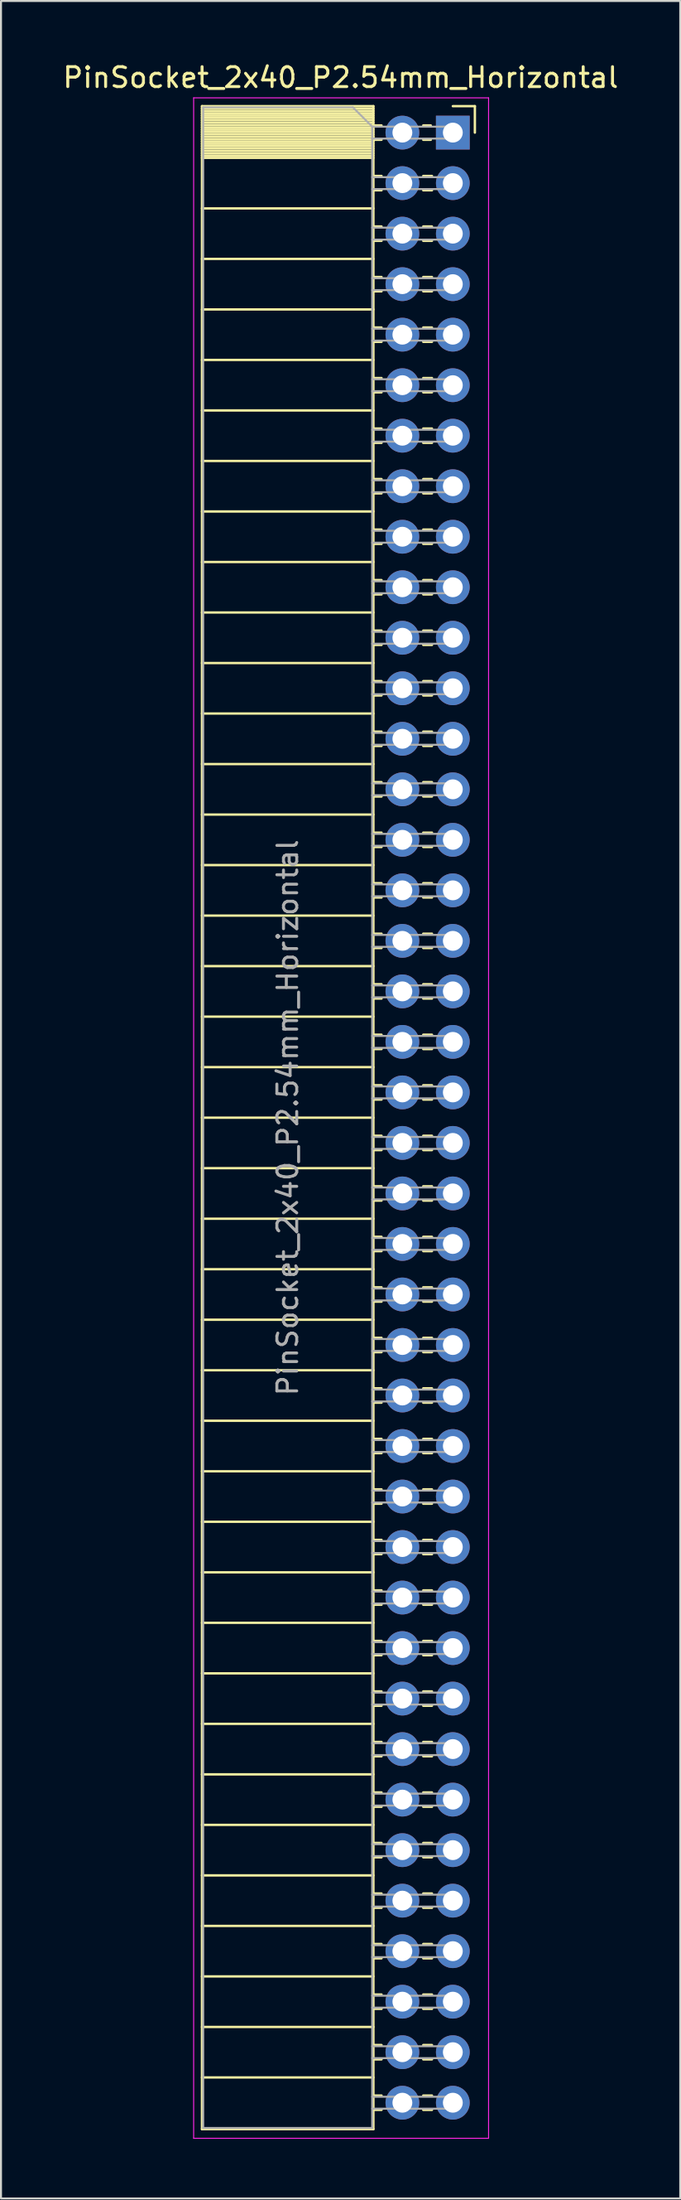
<source format=kicad_pcb>
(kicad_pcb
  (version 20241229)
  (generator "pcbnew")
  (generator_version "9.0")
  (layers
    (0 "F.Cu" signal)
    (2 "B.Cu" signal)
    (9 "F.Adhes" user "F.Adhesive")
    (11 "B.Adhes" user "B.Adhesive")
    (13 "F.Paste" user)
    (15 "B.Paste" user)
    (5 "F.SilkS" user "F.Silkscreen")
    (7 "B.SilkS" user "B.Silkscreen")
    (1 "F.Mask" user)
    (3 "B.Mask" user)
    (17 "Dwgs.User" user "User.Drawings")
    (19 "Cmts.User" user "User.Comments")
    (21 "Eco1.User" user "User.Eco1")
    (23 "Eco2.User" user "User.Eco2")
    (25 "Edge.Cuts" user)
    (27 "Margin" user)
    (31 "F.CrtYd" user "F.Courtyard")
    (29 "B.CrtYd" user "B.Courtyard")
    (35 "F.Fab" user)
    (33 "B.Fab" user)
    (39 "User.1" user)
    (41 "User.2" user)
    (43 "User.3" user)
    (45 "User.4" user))
  (footprint "PinSocket_2x40_P2.54mm_Horizontal"
    (layer "F.Cu")
    (at 19.751 3.618)
    (property "Reference" "PinSocket_2x40_P2.54mm_Horizontal" (at -5.65 -2.77 0) (layer "F.SilkS") (effects (font (size 1 1) (thickness 0.15))))
    (attr through_hole)
    (fp_line (start -12.63 -1.33) (end -12.63 100.39) (stroke (width 0.12) (type solid)) (layer "F.SilkS"))
    (fp_line (start -12.63 -1.33) (end -4 -1.33) (stroke (width 0.12) (type solid)) (layer "F.SilkS"))
    (fp_line (start -12.63 -1.21) (end -4 -1.21) (stroke (width 0.12) (type solid)) (layer "F.SilkS"))
    (fp_line (start -12.63 -1.092) (end -4 -1.092) (stroke (width 0.12) (type solid)) (layer "F.SilkS"))
    (fp_line (start -12.63 -0.974) (end -4 -0.974) (stroke (width 0.12) (type solid)) (layer "F.SilkS"))
    (fp_line (start -12.63 -0.856) (end -4 -0.856) (stroke (width 0.12) (type solid)) (layer "F.SilkS"))
    (fp_line (start -12.63 -0.738) (end -4 -0.738) (stroke (width 0.12) (type solid)) (layer "F.SilkS"))
    (fp_line (start -12.63 -0.62) (end -4 -0.62) (stroke (width 0.12) (type solid)) (layer "F.SilkS"))
    (fp_line (start -12.63 -0.501) (end -4 -0.501) (stroke (width 0.12) (type solid)) (layer "F.SilkS"))
    (fp_line (start -12.63 -0.383) (end -4 -0.383) (stroke (width 0.12) (type solid)) (layer "F.SilkS"))
    (fp_line (start -12.63 -0.265) (end -4 -0.265) (stroke (width 0.12) (type solid)) (layer "F.SilkS"))
    (fp_line (start -12.63 -0.147) (end -4 -0.147) (stroke (width 0.12) (type solid)) (layer "F.SilkS"))
    (fp_line (start -12.63 -0.029) (end -4 -0.029) (stroke (width 0.12) (type solid)) (layer "F.SilkS"))
    (fp_line (start -12.63 0.089) (end -4 0.089) (stroke (width 0.12) (type solid)) (layer "F.SilkS"))
    (fp_line (start -12.63 0.207) (end -4 0.207) (stroke (width 0.12) (type solid)) (layer "F.SilkS"))
    (fp_line (start -12.63 0.325) (end -4 0.325) (stroke (width 0.12) (type solid)) (layer "F.SilkS"))
    (fp_line (start -12.63 0.443) (end -4 0.443) (stroke (width 0.12) (type solid)) (layer "F.SilkS"))
    (fp_line (start -12.63 0.561) (end -4 0.561) (stroke (width 0.12) (type solid)) (layer "F.SilkS"))
    (fp_line (start -12.63 0.68) (end -4 0.68) (stroke (width 0.12) (type solid)) (layer "F.SilkS"))
    (fp_line (start -12.63 0.798) (end -4 0.798) (stroke (width 0.12) (type solid)) (layer "F.SilkS"))
    (fp_line (start -12.63 0.916) (end -4 0.916) (stroke (width 0.12) (type solid)) (layer "F.SilkS"))
    (fp_line (start -12.63 1.034) (end -4 1.034) (stroke (width 0.12) (type solid)) (layer "F.SilkS"))
    (fp_line (start -12.63 1.152) (end -4 1.152) (stroke (width 0.12) (type solid)) (layer "F.SilkS"))
    (fp_line (start -12.63 1.27) (end -4 1.27) (stroke (width 0.12) (type solid)) (layer "F.SilkS"))
    (fp_line (start -12.63 3.81) (end -4 3.81) (stroke (width 0.12) (type solid)) (layer "F.SilkS"))
    (fp_line (start -12.63 6.35) (end -4 6.35) (stroke (width 0.12) (type solid)) (layer "F.SilkS"))
    (fp_line (start -12.63 8.89) (end -4 8.89) (stroke (width 0.12) (type solid)) (layer "F.SilkS"))
    (fp_line (start -12.63 11.43) (end -4 11.43) (stroke (width 0.12) (type solid)) (layer "F.SilkS"))
    (fp_line (start -12.63 13.97) (end -4 13.97) (stroke (width 0.12) (type solid)) (layer "F.SilkS"))
    (fp_line (start -12.63 16.51) (end -4 16.51) (stroke (width 0.12) (type solid)) (layer "F.SilkS"))
    (fp_line (start -12.63 19.05) (end -4 19.05) (stroke (width 0.12) (type solid)) (layer "F.SilkS"))
    (fp_line (start -12.63 21.59) (end -4 21.59) (stroke (width 0.12) (type solid)) (layer "F.SilkS"))
    (fp_line (start -12.63 24.13) (end -4 24.13) (stroke (width 0.12) (type solid)) (layer "F.SilkS"))
    (fp_line (start -12.63 26.67) (end -4 26.67) (stroke (width 0.12) (type solid)) (layer "F.SilkS"))
    (fp_line (start -12.63 29.21) (end -4 29.21) (stroke (width 0.12) (type solid)) (layer "F.SilkS"))
    (fp_line (start -12.63 31.75) (end -4 31.75) (stroke (width 0.12) (type solid)) (layer "F.SilkS"))
    (fp_line (start -12.63 34.29) (end -4 34.29) (stroke (width 0.12) (type solid)) (layer "F.SilkS"))
    (fp_line (start -12.63 36.83) (end -4 36.83) (stroke (width 0.12) (type solid)) (layer "F.SilkS"))
    (fp_line (start -12.63 39.37) (end -4 39.37) (stroke (width 0.12) (type solid)) (layer "F.SilkS"))
    (fp_line (start -12.63 41.91) (end -4 41.91) (stroke (width 0.12) (type solid)) (layer "F.SilkS"))
    (fp_line (start -12.63 44.45) (end -4 44.45) (stroke (width 0.12) (type solid)) (layer "F.SilkS"))
    (fp_line (start -12.63 46.99) (end -4 46.99) (stroke (width 0.12) (type solid)) (layer "F.SilkS"))
    (fp_line (start -12.63 49.53) (end -4 49.53) (stroke (width 0.12) (type solid)) (layer "F.SilkS"))
    (fp_line (start -12.63 52.07) (end -4 52.07) (stroke (width 0.12) (type solid)) (layer "F.SilkS"))
    (fp_line (start -12.63 54.61) (end -4 54.61) (stroke (width 0.12) (type solid)) (layer "F.SilkS"))
    (fp_line (start -12.63 57.15) (end -4 57.15) (stroke (width 0.12) (type solid)) (layer "F.SilkS"))
    (fp_line (start -12.63 59.69) (end -4 59.69) (stroke (width 0.12) (type solid)) (layer "F.SilkS"))
    (fp_line (start -12.63 62.23) (end -4 62.23) (stroke (width 0.12) (type solid)) (layer "F.SilkS"))
    (fp_line (start -12.63 64.77) (end -4 64.77) (stroke (width 0.12) (type solid)) (layer "F.SilkS"))
    (fp_line (start -12.63 67.31) (end -4 67.31) (stroke (width 0.12) (type solid)) (layer "F.SilkS"))
    (fp_line (start -12.63 69.85) (end -4 69.85) (stroke (width 0.12) (type solid)) (layer "F.SilkS"))
    (fp_line (start -12.63 72.39) (end -4 72.39) (stroke (width 0.12) (type solid)) (layer "F.SilkS"))
    (fp_line (start -12.63 74.93) (end -4 74.93) (stroke (width 0.12) (type solid)) (layer "F.SilkS"))
    (fp_line (start -12.63 77.47) (end -4 77.47) (stroke (width 0.12) (type solid)) (layer "F.SilkS"))
    (fp_line (start -12.63 80.01) (end -4 80.01) (stroke (width 0.12) (type solid)) (layer "F.SilkS"))
    (fp_line (start -12.63 82.55) (end -4 82.55) (stroke (width 0.12) (type solid)) (layer "F.SilkS"))
    (fp_line (start -12.63 85.09) (end -4 85.09) (stroke (width 0.12) (type solid)) (layer "F.SilkS"))
    (fp_line (start -12.63 87.63) (end -4 87.63) (stroke (width 0.12) (type solid)) (layer "F.SilkS"))
    (fp_line (start -12.63 90.17) (end -4 90.17) (stroke (width 0.12) (type solid)) (layer "F.SilkS"))
    (fp_line (start -12.63 92.71) (end -4 92.71) (stroke (width 0.12) (type solid)) (layer "F.SilkS"))
    (fp_line (start -12.63 95.25) (end -4 95.25) (stroke (width 0.12) (type solid)) (layer "F.SilkS"))
    (fp_line (start -12.63 97.79) (end -4 97.79) (stroke (width 0.12) (type solid)) (layer "F.SilkS"))
    (fp_line (start -12.63 100.39) (end -4 100.39) (stroke (width 0.12) (type solid)) (layer "F.SilkS"))
    (fp_line (start -4 -1.33) (end -4 100.39) (stroke (width 0.12) (type solid)) (layer "F.SilkS"))
    (fp_line (start -4 -0.36) (end -3.59 -0.36) (stroke (width 0.12) (type solid)) (layer "F.SilkS"))
    (fp_line (start -4 0.36) (end -3.59 0.36) (stroke (width 0.12) (type solid)) (layer "F.SilkS"))
    (fp_line (start -4 2.18) (end -3.59 2.18) (stroke (width 0.12) (type solid)) (layer "F.SilkS"))
    (fp_line (start -4 2.9) (end -3.59 2.9) (stroke (width 0.12) (type solid)) (layer "F.SilkS"))
    (fp_line (start -4 4.72) (end -3.59 4.72) (stroke (width 0.12) (type solid)) (layer "F.SilkS"))
    (fp_line (start -4 5.44) (end -3.59 5.44) (stroke (width 0.12) (type solid)) (layer "F.SilkS"))
    (fp_line (start -4 7.26) (end -3.59 7.26) (stroke (width 0.12) (type solid)) (layer "F.SilkS"))
    (fp_line (start -4 7.98) (end -3.59 7.98) (stroke (width 0.12) (type solid)) (layer "F.SilkS"))
    (fp_line (start -4 9.8) (end -3.59 9.8) (stroke (width 0.12) (type solid)) (layer "F.SilkS"))
    (fp_line (start -4 10.52) (end -3.59 10.52) (stroke (width 0.12) (type solid)) (layer "F.SilkS"))
    (fp_line (start -4 12.34) (end -3.59 12.34) (stroke (width 0.12) (type solid)) (layer "F.SilkS"))
    (fp_line (start -4 13.06) (end -3.59 13.06) (stroke (width 0.12) (type solid)) (layer "F.SilkS"))
    (fp_line (start -4 14.88) (end -3.59 14.88) (stroke (width 0.12) (type solid)) (layer "F.SilkS"))
    (fp_line (start -4 15.6) (end -3.59 15.6) (stroke (width 0.12) (type solid)) (layer "F.SilkS"))
    (fp_line (start -4 17.42) (end -3.59 17.42) (stroke (width 0.12) (type solid)) (layer "F.SilkS"))
    (fp_line (start -4 18.14) (end -3.59 18.14) (stroke (width 0.12) (type solid)) (layer "F.SilkS"))
    (fp_line (start -4 19.96) (end -3.59 19.96) (stroke (width 0.12) (type solid)) (layer "F.SilkS"))
    (fp_line (start -4 20.68) (end -3.59 20.68) (stroke (width 0.12) (type solid)) (layer "F.SilkS"))
    (fp_line (start -4 22.5) (end -3.59 22.5) (stroke (width 0.12) (type solid)) (layer "F.SilkS"))
    (fp_line (start -4 23.22) (end -3.59 23.22) (stroke (width 0.12) (type solid)) (layer "F.SilkS"))
    (fp_line (start -4 25.04) (end -3.59 25.04) (stroke (width 0.12) (type solid)) (layer "F.SilkS"))
    (fp_line (start -4 25.76) (end -3.59 25.76) (stroke (width 0.12) (type solid)) (layer "F.SilkS"))
    (fp_line (start -4 27.58) (end -3.59 27.58) (stroke (width 0.12) (type solid)) (layer "F.SilkS"))
    (fp_line (start -4 28.3) (end -3.59 28.3) (stroke (width 0.12) (type solid)) (layer "F.SilkS"))
    (fp_line (start -4 30.12) (end -3.59 30.12) (stroke (width 0.12) (type solid)) (layer "F.SilkS"))
    (fp_line (start -4 30.84) (end -3.59 30.84) (stroke (width 0.12) (type solid)) (layer "F.SilkS"))
    (fp_line (start -4 32.66) (end -3.59 32.66) (stroke (width 0.12) (type solid)) (layer "F.SilkS"))
    (fp_line (start -4 33.38) (end -3.59 33.38) (stroke (width 0.12) (type solid)) (layer "F.SilkS"))
    (fp_line (start -4 35.2) (end -3.59 35.2) (stroke (width 0.12) (type solid)) (layer "F.SilkS"))
    (fp_line (start -4 35.92) (end -3.59 35.92) (stroke (width 0.12) (type solid)) (layer "F.SilkS"))
    (fp_line (start -4 37.74) (end -3.59 37.74) (stroke (width 0.12) (type solid)) (layer "F.SilkS"))
    (fp_line (start -4 38.46) (end -3.59 38.46) (stroke (width 0.12) (type solid)) (layer "F.SilkS"))
    (fp_line (start -4 40.28) (end -3.59 40.28) (stroke (width 0.12) (type solid)) (layer "F.SilkS"))
    (fp_line (start -4 41) (end -3.59 41) (stroke (width 0.12) (type solid)) (layer "F.SilkS"))
    (fp_line (start -4 42.82) (end -3.59 42.82) (stroke (width 0.12) (type solid)) (layer "F.SilkS"))
    (fp_line (start -4 43.54) (end -3.59 43.54) (stroke (width 0.12) (type solid)) (layer "F.SilkS"))
    (fp_line (start -4 45.36) (end -3.59 45.36) (stroke (width 0.12) (type solid)) (layer "F.SilkS"))
    (fp_line (start -4 46.08) (end -3.59 46.08) (stroke (width 0.12) (type solid)) (layer "F.SilkS"))
    (fp_line (start -4 47.9) (end -3.59 47.9) (stroke (width 0.12) (type solid)) (layer "F.SilkS"))
    (fp_line (start -4 48.62) (end -3.59 48.62) (stroke (width 0.12) (type solid)) (layer "F.SilkS"))
    (fp_line (start -4 50.44) (end -3.59 50.44) (stroke (width 0.12) (type solid)) (layer "F.SilkS"))
    (fp_line (start -4 51.16) (end -3.59 51.16) (stroke (width 0.12) (type solid)) (layer "F.SilkS"))
    (fp_line (start -4 52.98) (end -3.59 52.98) (stroke (width 0.12) (type solid)) (layer "F.SilkS"))
    (fp_line (start -4 53.7) (end -3.59 53.7) (stroke (width 0.12) (type solid)) (layer "F.SilkS"))
    (fp_line (start -4 55.52) (end -3.59 55.52) (stroke (width 0.12) (type solid)) (layer "F.SilkS"))
    (fp_line (start -4 56.24) (end -3.59 56.24) (stroke (width 0.12) (type solid)) (layer "F.SilkS"))
    (fp_line (start -4 58.06) (end -3.59 58.06) (stroke (width 0.12) (type solid)) (layer "F.SilkS"))
    (fp_line (start -4 58.78) (end -3.59 58.78) (stroke (width 0.12) (type solid)) (layer "F.SilkS"))
    (fp_line (start -4 60.6) (end -3.59 60.6) (stroke (width 0.12) (type solid)) (layer "F.SilkS"))
    (fp_line (start -4 61.32) (end -3.59 61.32) (stroke (width 0.12) (type solid)) (layer "F.SilkS"))
    (fp_line (start -4 63.14) (end -3.59 63.14) (stroke (width 0.12) (type solid)) (layer "F.SilkS"))
    (fp_line (start -4 63.86) (end -3.59 63.86) (stroke (width 0.12) (type solid)) (layer "F.SilkS"))
    (fp_line (start -4 65.68) (end -3.59 65.68) (stroke (width 0.12) (type solid)) (layer "F.SilkS"))
    (fp_line (start -4 66.4) (end -3.59 66.4) (stroke (width 0.12) (type solid)) (layer "F.SilkS"))
    (fp_line (start -4 68.22) (end -3.59 68.22) (stroke (width 0.12) (type solid)) (layer "F.SilkS"))
    (fp_line (start -4 68.94) (end -3.59 68.94) (stroke (width 0.12) (type solid)) (layer "F.SilkS"))
    (fp_line (start -4 70.76) (end -3.59 70.76) (stroke (width 0.12) (type solid)) (layer "F.SilkS"))
    (fp_line (start -4 71.48) (end -3.59 71.48) (stroke (width 0.12) (type solid)) (layer "F.SilkS"))
    (fp_line (start -4 73.3) (end -3.59 73.3) (stroke (width 0.12) (type solid)) (layer "F.SilkS"))
    (fp_line (start -4 74.02) (end -3.59 74.02) (stroke (width 0.12) (type solid)) (layer "F.SilkS"))
    (fp_line (start -4 75.84) (end -3.59 75.84) (stroke (width 0.12) (type solid)) (layer "F.SilkS"))
    (fp_line (start -4 76.56) (end -3.59 76.56) (stroke (width 0.12) (type solid)) (layer "F.SilkS"))
    (fp_line (start -4 78.38) (end -3.59 78.38) (stroke (width 0.12) (type solid)) (layer "F.SilkS"))
    (fp_line (start -4 79.1) (end -3.59 79.1) (stroke (width 0.12) (type solid)) (layer "F.SilkS"))
    (fp_line (start -4 80.92) (end -3.59 80.92) (stroke (width 0.12) (type solid)) (layer "F.SilkS"))
    (fp_line (start -4 81.64) (end -3.59 81.64) (stroke (width 0.12) (type solid)) (layer "F.SilkS"))
    (fp_line (start -4 83.46) (end -3.59 83.46) (stroke (width 0.12) (type solid)) (layer "F.SilkS"))
    (fp_line (start -4 84.18) (end -3.59 84.18) (stroke (width 0.12) (type solid)) (layer "F.SilkS"))
    (fp_line (start -4 86) (end -3.59 86) (stroke (width 0.12) (type solid)) (layer "F.SilkS"))
    (fp_line (start -4 86.72) (end -3.59 86.72) (stroke (width 0.12) (type solid)) (layer "F.SilkS"))
    (fp_line (start -4 88.54) (end -3.59 88.54) (stroke (width 0.12) (type solid)) (layer "F.SilkS"))
    (fp_line (start -4 89.26) (end -3.59 89.26) (stroke (width 0.12) (type solid)) (layer "F.SilkS"))
    (fp_line (start -4 91.08) (end -3.59 91.08) (stroke (width 0.12) (type solid)) (layer "F.SilkS"))
    (fp_line (start -4 91.8) (end -3.59 91.8) (stroke (width 0.12) (type solid)) (layer "F.SilkS"))
    (fp_line (start -4 93.62) (end -3.59 93.62) (stroke (width 0.12) (type solid)) (layer "F.SilkS"))
    (fp_line (start -4 94.34) (end -3.59 94.34) (stroke (width 0.12) (type solid)) (layer "F.SilkS"))
    (fp_line (start -4 96.16) (end -3.59 96.16) (stroke (width 0.12) (type solid)) (layer "F.SilkS"))
    (fp_line (start -4 96.88) (end -3.59 96.88) (stroke (width 0.12) (type solid)) (layer "F.SilkS"))
    (fp_line (start -4 98.7) (end -3.59 98.7) (stroke (width 0.12) (type solid)) (layer "F.SilkS"))
    (fp_line (start -4 99.42) (end -3.59 99.42) (stroke (width 0.12) (type solid)) (layer "F.SilkS"))
    (fp_line (start -1.49 -0.36) (end -1.11 -0.36) (stroke (width 0.12) (type solid)) (layer "F.SilkS"))
    (fp_line (start -1.49 0.36) (end -1.11 0.36) (stroke (width 0.12) (type solid)) (layer "F.SilkS"))
    (fp_line (start -1.49 2.18) (end -1.05 2.18) (stroke (width 0.12) (type solid)) (layer "F.SilkS"))
    (fp_line (start -1.49 2.9) (end -1.05 2.9) (stroke (width 0.12) (type solid)) (layer "F.SilkS"))
    (fp_line (start -1.49 4.72) (end -1.05 4.72) (stroke (width 0.12) (type solid)) (layer "F.SilkS"))
    (fp_line (start -1.49 5.44) (end -1.05 5.44) (stroke (width 0.12) (type solid)) (layer "F.SilkS"))
    (fp_line (start -1.49 7.26) (end -1.05 7.26) (stroke (width 0.12) (type solid)) (layer "F.SilkS"))
    (fp_line (start -1.49 7.98) (end -1.05 7.98) (stroke (width 0.12) (type solid)) (layer "F.SilkS"))
    (fp_line (start -1.49 9.8) (end -1.05 9.8) (stroke (width 0.12) (type solid)) (layer "F.SilkS"))
    (fp_line (start -1.49 10.52) (end -1.05 10.52) (stroke (width 0.12) (type solid)) (layer "F.SilkS"))
    (fp_line (start -1.49 12.34) (end -1.05 12.34) (stroke (width 0.12) (type solid)) (layer "F.SilkS"))
    (fp_line (start -1.49 13.06) (end -1.05 13.06) (stroke (width 0.12) (type solid)) (layer "F.SilkS"))
    (fp_line (start -1.49 14.88) (end -1.05 14.88) (stroke (width 0.12) (type solid)) (layer "F.SilkS"))
    (fp_line (start -1.49 15.6) (end -1.05 15.6) (stroke (width 0.12) (type solid)) (layer "F.SilkS"))
    (fp_line (start -1.49 17.42) (end -1.05 17.42) (stroke (width 0.12) (type solid)) (layer "F.SilkS"))
    (fp_line (start -1.49 18.14) (end -1.05 18.14) (stroke (width 0.12) (type solid)) (layer "F.SilkS"))
    (fp_line (start -1.49 19.96) (end -1.05 19.96) (stroke (width 0.12) (type solid)) (layer "F.SilkS"))
    (fp_line (start -1.49 20.68) (end -1.05 20.68) (stroke (width 0.12) (type solid)) (layer "F.SilkS"))
    (fp_line (start -1.49 22.5) (end -1.05 22.5) (stroke (width 0.12) (type solid)) (layer "F.SilkS"))
    (fp_line (start -1.49 23.22) (end -1.05 23.22) (stroke (width 0.12) (type solid)) (layer "F.SilkS"))
    (fp_line (start -1.49 25.04) (end -1.05 25.04) (stroke (width 0.12) (type solid)) (layer "F.SilkS"))
    (fp_line (start -1.49 25.76) (end -1.05 25.76) (stroke (width 0.12) (type solid)) (layer "F.SilkS"))
    (fp_line (start -1.49 27.58) (end -1.05 27.58) (stroke (width 0.12) (type solid)) (layer "F.SilkS"))
    (fp_line (start -1.49 28.3) (end -1.05 28.3) (stroke (width 0.12) (type solid)) (layer "F.SilkS"))
    (fp_line (start -1.49 30.12) (end -1.05 30.12) (stroke (width 0.12) (type solid)) (layer "F.SilkS"))
    (fp_line (start -1.49 30.84) (end -1.05 30.84) (stroke (width 0.12) (type solid)) (layer "F.SilkS"))
    (fp_line (start -1.49 32.66) (end -1.05 32.66) (stroke (width 0.12) (type solid)) (layer "F.SilkS"))
    (fp_line (start -1.49 33.38) (end -1.05 33.38) (stroke (width 0.12) (type solid)) (layer "F.SilkS"))
    (fp_line (start -1.49 35.2) (end -1.05 35.2) (stroke (width 0.12) (type solid)) (layer "F.SilkS"))
    (fp_line (start -1.49 35.92) (end -1.05 35.92) (stroke (width 0.12) (type solid)) (layer "F.SilkS"))
    (fp_line (start -1.49 37.74) (end -1.05 37.74) (stroke (width 0.12) (type solid)) (layer "F.SilkS"))
    (fp_line (start -1.49 38.46) (end -1.05 38.46) (stroke (width 0.12) (type solid)) (layer "F.SilkS"))
    (fp_line (start -1.49 40.28) (end -1.05 40.28) (stroke (width 0.12) (type solid)) (layer "F.SilkS"))
    (fp_line (start -1.49 41) (end -1.05 41) (stroke (width 0.12) (type solid)) (layer "F.SilkS"))
    (fp_line (start -1.49 42.82) (end -1.05 42.82) (stroke (width 0.12) (type solid)) (layer "F.SilkS"))
    (fp_line (start -1.49 43.54) (end -1.05 43.54) (stroke (width 0.12) (type solid)) (layer "F.SilkS"))
    (fp_line (start -1.49 45.36) (end -1.05 45.36) (stroke (width 0.12) (type solid)) (layer "F.SilkS"))
    (fp_line (start -1.49 46.08) (end -1.05 46.08) (stroke (width 0.12) (type solid)) (layer "F.SilkS"))
    (fp_line (start -1.49 47.9) (end -1.05 47.9) (stroke (width 0.12) (type solid)) (layer "F.SilkS"))
    (fp_line (start -1.49 48.62) (end -1.05 48.62) (stroke (width 0.12) (type solid)) (layer "F.SilkS"))
    (fp_line (start -1.49 50.44) (end -1.05 50.44) (stroke (width 0.12) (type solid)) (layer "F.SilkS"))
    (fp_line (start -1.49 51.16) (end -1.05 51.16) (stroke (width 0.12) (type solid)) (layer "F.SilkS"))
    (fp_line (start -1.49 52.98) (end -1.05 52.98) (stroke (width 0.12) (type solid)) (layer "F.SilkS"))
    (fp_line (start -1.49 53.7) (end -1.05 53.7) (stroke (width 0.12) (type solid)) (layer "F.SilkS"))
    (fp_line (start -1.49 55.52) (end -1.05 55.52) (stroke (width 0.12) (type solid)) (layer "F.SilkS"))
    (fp_line (start -1.49 56.24) (end -1.05 56.24) (stroke (width 0.12) (type solid)) (layer "F.SilkS"))
    (fp_line (start -1.49 58.06) (end -1.05 58.06) (stroke (width 0.12) (type solid)) (layer "F.SilkS"))
    (fp_line (start -1.49 58.78) (end -1.05 58.78) (stroke (width 0.12) (type solid)) (layer "F.SilkS"))
    (fp_line (start -1.49 60.6) (end -1.05 60.6) (stroke (width 0.12) (type solid)) (layer "F.SilkS"))
    (fp_line (start -1.49 61.32) (end -1.05 61.32) (stroke (width 0.12) (type solid)) (layer "F.SilkS"))
    (fp_line (start -1.49 63.14) (end -1.05 63.14) (stroke (width 0.12) (type solid)) (layer "F.SilkS"))
    (fp_line (start -1.49 63.86) (end -1.05 63.86) (stroke (width 0.12) (type solid)) (layer "F.SilkS"))
    (fp_line (start -1.49 65.68) (end -1.05 65.68) (stroke (width 0.12) (type solid)) (layer "F.SilkS"))
    (fp_line (start -1.49 66.4) (end -1.05 66.4) (stroke (width 0.12) (type solid)) (layer "F.SilkS"))
    (fp_line (start -1.49 68.22) (end -1.05 68.22) (stroke (width 0.12) (type solid)) (layer "F.SilkS"))
    (fp_line (start -1.49 68.94) (end -1.05 68.94) (stroke (width 0.12) (type solid)) (layer "F.SilkS"))
    (fp_line (start -1.49 70.76) (end -1.05 70.76) (stroke (width 0.12) (type solid)) (layer "F.SilkS"))
    (fp_line (start -1.49 71.48) (end -1.05 71.48) (stroke (width 0.12) (type solid)) (layer "F.SilkS"))
    (fp_line (start -1.49 73.3) (end -1.05 73.3) (stroke (width 0.12) (type solid)) (layer "F.SilkS"))
    (fp_line (start -1.49 74.02) (end -1.05 74.02) (stroke (width 0.12) (type solid)) (layer "F.SilkS"))
    (fp_line (start -1.49 75.84) (end -1.05 75.84) (stroke (width 0.12) (type solid)) (layer "F.SilkS"))
    (fp_line (start -1.49 76.56) (end -1.05 76.56) (stroke (width 0.12) (type solid)) (layer "F.SilkS"))
    (fp_line (start -1.49 78.38) (end -1.05 78.38) (stroke (width 0.12) (type solid)) (layer "F.SilkS"))
    (fp_line (start -1.49 79.1) (end -1.05 79.1) (stroke (width 0.12) (type solid)) (layer "F.SilkS"))
    (fp_line (start -1.49 80.92) (end -1.05 80.92) (stroke (width 0.12) (type solid)) (layer "F.SilkS"))
    (fp_line (start -1.49 81.64) (end -1.05 81.64) (stroke (width 0.12) (type solid)) (layer "F.SilkS"))
    (fp_line (start -1.49 83.46) (end -1.05 83.46) (stroke (width 0.12) (type solid)) (layer "F.SilkS"))
    (fp_line (start -1.49 84.18) (end -1.05 84.18) (stroke (width 0.12) (type solid)) (layer "F.SilkS"))
    (fp_line (start -1.49 86) (end -1.05 86) (stroke (width 0.12) (type solid)) (layer "F.SilkS"))
    (fp_line (start -1.49 86.72) (end -1.05 86.72) (stroke (width 0.12) (type solid)) (layer "F.SilkS"))
    (fp_line (start -1.49 88.54) (end -1.05 88.54) (stroke (width 0.12) (type solid)) (layer "F.SilkS"))
    (fp_line (start -1.49 89.26) (end -1.05 89.26) (stroke (width 0.12) (type solid)) (layer "F.SilkS"))
    (fp_line (start -1.49 91.08) (end -1.05 91.08) (stroke (width 0.12) (type solid)) (layer "F.SilkS"))
    (fp_line (start -1.49 91.8) (end -1.05 91.8) (stroke (width 0.12) (type solid)) (layer "F.SilkS"))
    (fp_line (start -1.49 93.62) (end -1.05 93.62) (stroke (width 0.12) (type solid)) (layer "F.SilkS"))
    (fp_line (start -1.49 94.34) (end -1.05 94.34) (stroke (width 0.12) (type solid)) (layer "F.SilkS"))
    (fp_line (start -1.49 96.16) (end -1.05 96.16) (stroke (width 0.12) (type solid)) (layer "F.SilkS"))
    (fp_line (start -1.49 96.88) (end -1.05 96.88) (stroke (width 0.12) (type solid)) (layer "F.SilkS"))
    (fp_line (start -1.49 98.7) (end -1.05 98.7) (stroke (width 0.12) (type solid)) (layer "F.SilkS"))
    (fp_line (start -1.49 99.42) (end -1.05 99.42) (stroke (width 0.12) (type solid)) (layer "F.SilkS"))
    (fp_line (start 0 -1.33) (end 1.11 -1.33) (stroke (width 0.12) (type solid)) (layer "F.SilkS"))
    (fp_line (start 1.11 -1.33) (end 1.11 0) (stroke (width 0.12) (type solid)) (layer "F.SilkS"))
    (fp_line (start -13.05 -1.75) (end -13.05 100.85) (stroke (width 0.05) (type solid)) (layer "F.CrtYd"))
    (fp_line (start -13.05 100.85) (end 1.8 100.85) (stroke (width 0.05) (type solid)) (layer "F.CrtYd"))
    (fp_line (start 1.8 -1.75) (end -13.05 -1.75) (stroke (width 0.05) (type solid)) (layer "F.CrtYd"))
    (fp_line (start 1.8 100.85) (end 1.8 -1.75) (stroke (width 0.05) (type solid)) (layer "F.CrtYd"))
    (fp_line (start -12.57 -1.27) (end -5.03 -1.27) (stroke (width 0.1) (type solid)) (layer "F.Fab"))
    (fp_line (start -12.57 100.33) (end -12.57 -1.27) (stroke (width 0.1) (type solid)) (layer "F.Fab"))
    (fp_line (start -5.03 -1.27) (end -4.06 -0.3) (stroke (width 0.1) (type solid)) (layer "F.Fab"))
    (fp_line (start -4.06 -0.3) (end -4.06 100.33) (stroke (width 0.1) (type solid)) (layer "F.Fab"))
    (fp_line (start -4.06 0.3) (end 0 0.3) (stroke (width 0.1) (type solid)) (layer "F.Fab"))
    (fp_line (start -4.06 2.84) (end 0 2.84) (stroke (width 0.1) (type solid)) (layer "F.Fab"))
    (fp_line (start -4.06 5.38) (end 0 5.38) (stroke (width 0.1) (type solid)) (layer "F.Fab"))
    (fp_line (start -4.06 7.92) (end 0 7.92) (stroke (width 0.1) (type solid)) (layer "F.Fab"))
    (fp_line (start -4.06 10.46) (end 0 10.46) (stroke (width 0.1) (type solid)) (layer "F.Fab"))
    (fp_line (start -4.06 13) (end 0 13) (stroke (width 0.1) (type solid)) (layer "F.Fab"))
    (fp_line (start -4.06 15.54) (end 0 15.54) (stroke (width 0.1) (type solid)) (layer "F.Fab"))
    (fp_line (start -4.06 18.08) (end 0 18.08) (stroke (width 0.1) (type solid)) (layer "F.Fab"))
    (fp_line (start -4.06 20.62) (end 0 20.62) (stroke (width 0.1) (type solid)) (layer "F.Fab"))
    (fp_line (start -4.06 23.16) (end 0 23.16) (stroke (width 0.1) (type solid)) (layer "F.Fab"))
    (fp_line (start -4.06 25.7) (end 0 25.7) (stroke (width 0.1) (type solid)) (layer "F.Fab"))
    (fp_line (start -4.06 28.24) (end 0 28.24) (stroke (width 0.1) (type solid)) (layer "F.Fab"))
    (fp_line (start -4.06 30.78) (end 0 30.78) (stroke (width 0.1) (type solid)) (layer "F.Fab"))
    (fp_line (start -4.06 33.32) (end 0 33.32) (stroke (width 0.1) (type solid)) (layer "F.Fab"))
    (fp_line (start -4.06 35.86) (end 0 35.86) (stroke (width 0.1) (type solid)) (layer "F.Fab"))
    (fp_line (start -4.06 38.4) (end 0 38.4) (stroke (width 0.1) (type solid)) (layer "F.Fab"))
    (fp_line (start -4.06 40.94) (end 0 40.94) (stroke (width 0.1) (type solid)) (layer "F.Fab"))
    (fp_line (start -4.06 43.48) (end 0 43.48) (stroke (width 0.1) (type solid)) (layer "F.Fab"))
    (fp_line (start -4.06 46.02) (end 0 46.02) (stroke (width 0.1) (type solid)) (layer "F.Fab"))
    (fp_line (start -4.06 48.56) (end 0 48.56) (stroke (width 0.1) (type solid)) (layer "F.Fab"))
    (fp_line (start -4.06 51.1) (end 0 51.1) (stroke (width 0.1) (type solid)) (layer "F.Fab"))
    (fp_line (start -4.06 53.64) (end 0 53.64) (stroke (width 0.1) (type solid)) (layer "F.Fab"))
    (fp_line (start -4.06 56.18) (end 0 56.18) (stroke (width 0.1) (type solid)) (layer "F.Fab"))
    (fp_line (start -4.06 58.72) (end 0 58.72) (stroke (width 0.1) (type solid)) (layer "F.Fab"))
    (fp_line (start -4.06 61.26) (end 0 61.26) (stroke (width 0.1) (type solid)) (layer "F.Fab"))
    (fp_line (start -4.06 63.8) (end 0 63.8) (stroke (width 0.1) (type solid)) (layer "F.Fab"))
    (fp_line (start -4.06 66.34) (end 0 66.34) (stroke (width 0.1) (type solid)) (layer "F.Fab"))
    (fp_line (start -4.06 68.88) (end 0 68.88) (stroke (width 0.1) (type solid)) (layer "F.Fab"))
    (fp_line (start -4.06 71.42) (end 0 71.42) (stroke (width 0.1) (type solid)) (layer "F.Fab"))
    (fp_line (start -4.06 73.96) (end 0 73.96) (stroke (width 0.1) (type solid)) (layer "F.Fab"))
    (fp_line (start -4.06 76.5) (end 0 76.5) (stroke (width 0.1) (type solid)) (layer "F.Fab"))
    (fp_line (start -4.06 79.04) (end 0 79.04) (stroke (width 0.1) (type solid)) (layer "F.Fab"))
    (fp_line (start -4.06 81.58) (end 0 81.58) (stroke (width 0.1) (type solid)) (layer "F.Fab"))
    (fp_line (start -4.06 84.12) (end 0 84.12) (stroke (width 0.1) (type solid)) (layer "F.Fab"))
    (fp_line (start -4.06 86.66) (end 0 86.66) (stroke (width 0.1) (type solid)) (layer "F.Fab"))
    (fp_line (start -4.06 89.2) (end 0 89.2) (stroke (width 0.1) (type solid)) (layer "F.Fab"))
    (fp_line (start -4.06 91.74) (end 0 91.74) (stroke (width 0.1) (type solid)) (layer "F.Fab"))
    (fp_line (start -4.06 94.28) (end 0 94.28) (stroke (width 0.1) (type solid)) (layer "F.Fab"))
    (fp_line (start -4.06 96.82) (end 0 96.82) (stroke (width 0.1) (type solid)) (layer "F.Fab"))
    (fp_line (start -4.06 99.36) (end 0 99.36) (stroke (width 0.1) (type solid)) (layer "F.Fab"))
    (fp_line (start -4.06 100.33) (end -12.57 100.33) (stroke (width 0.1) (type solid)) (layer "F.Fab"))
    (fp_line (start 0 -0.3) (end -4.06 -0.3) (stroke (width 0.1) (type solid)) (layer "F.Fab"))
    (fp_line (start 0 0.3) (end 0 -0.3) (stroke (width 0.1) (type solid)) (layer "F.Fab"))
    (fp_line (start 0 2.24) (end -4.06 2.24) (stroke (width 0.1) (type solid)) (layer "F.Fab"))
    (fp_line (start 0 2.84) (end 0 2.24) (stroke (width 0.1) (type solid)) (layer "F.Fab"))
    (fp_line (start 0 4.78) (end -4.06 4.78) (stroke (width 0.1) (type solid)) (layer "F.Fab"))
    (fp_line (start 0 5.38) (end 0 4.78) (stroke (width 0.1) (type solid)) (layer "F.Fab"))
    (fp_line (start 0 7.32) (end -4.06 7.32) (stroke (width 0.1) (type solid)) (layer "F.Fab"))
    (fp_line (start 0 7.92) (end 0 7.32) (stroke (width 0.1) (type solid)) (layer "F.Fab"))
    (fp_line (start 0 9.86) (end -4.06 9.86) (stroke (width 0.1) (type solid)) (layer "F.Fab"))
    (fp_line (start 0 10.46) (end 0 9.86) (stroke (width 0.1) (type solid)) (layer "F.Fab"))
    (fp_line (start 0 12.4) (end -4.06 12.4) (stroke (width 0.1) (type solid)) (layer "F.Fab"))
    (fp_line (start 0 13) (end 0 12.4) (stroke (width 0.1) (type solid)) (layer "F.Fab"))
    (fp_line (start 0 14.94) (end -4.06 14.94) (stroke (width 0.1) (type solid)) (layer "F.Fab"))
    (fp_line (start 0 15.54) (end 0 14.94) (stroke (width 0.1) (type solid)) (layer "F.Fab"))
    (fp_line (start 0 17.48) (end -4.06 17.48) (stroke (width 0.1) (type solid)) (layer "F.Fab"))
    (fp_line (start 0 18.08) (end 0 17.48) (stroke (width 0.1) (type solid)) (layer "F.Fab"))
    (fp_line (start 0 20.02) (end -4.06 20.02) (stroke (width 0.1) (type solid)) (layer "F.Fab"))
    (fp_line (start 0 20.62) (end 0 20.02) (stroke (width 0.1) (type solid)) (layer "F.Fab"))
    (fp_line (start 0 22.56) (end -4.06 22.56) (stroke (width 0.1) (type solid)) (layer "F.Fab"))
    (fp_line (start 0 23.16) (end 0 22.56) (stroke (width 0.1) (type solid)) (layer "F.Fab"))
    (fp_line (start 0 25.1) (end -4.06 25.1) (stroke (width 0.1) (type solid)) (layer "F.Fab"))
    (fp_line (start 0 25.7) (end 0 25.1) (stroke (width 0.1) (type solid)) (layer "F.Fab"))
    (fp_line (start 0 27.64) (end -4.06 27.64) (stroke (width 0.1) (type solid)) (layer "F.Fab"))
    (fp_line (start 0 28.24) (end 0 27.64) (stroke (width 0.1) (type solid)) (layer "F.Fab"))
    (fp_line (start 0 30.18) (end -4.06 30.18) (stroke (width 0.1) (type solid)) (layer "F.Fab"))
    (fp_line (start 0 30.78) (end 0 30.18) (stroke (width 0.1) (type solid)) (layer "F.Fab"))
    (fp_line (start 0 32.72) (end -4.06 32.72) (stroke (width 0.1) (type solid)) (layer "F.Fab"))
    (fp_line (start 0 33.32) (end 0 32.72) (stroke (width 0.1) (type solid)) (layer "F.Fab"))
    (fp_line (start 0 35.26) (end -4.06 35.26) (stroke (width 0.1) (type solid)) (layer "F.Fab"))
    (fp_line (start 0 35.86) (end 0 35.26) (stroke (width 0.1) (type solid)) (layer "F.Fab"))
    (fp_line (start 0 37.8) (end -4.06 37.8) (stroke (width 0.1) (type solid)) (layer "F.Fab"))
    (fp_line (start 0 38.4) (end 0 37.8) (stroke (width 0.1) (type solid)) (layer "F.Fab"))
    (fp_line (start 0 40.34) (end -4.06 40.34) (stroke (width 0.1) (type solid)) (layer "F.Fab"))
    (fp_line (start 0 40.94) (end 0 40.34) (stroke (width 0.1) (type solid)) (layer "F.Fab"))
    (fp_line (start 0 42.88) (end -4.06 42.88) (stroke (width 0.1) (type solid)) (layer "F.Fab"))
    (fp_line (start 0 43.48) (end 0 42.88) (stroke (width 0.1) (type solid)) (layer "F.Fab"))
    (fp_line (start 0 45.42) (end -4.06 45.42) (stroke (width 0.1) (type solid)) (layer "F.Fab"))
    (fp_line (start 0 46.02) (end 0 45.42) (stroke (width 0.1) (type solid)) (layer "F.Fab"))
    (fp_line (start 0 47.96) (end -4.06 47.96) (stroke (width 0.1) (type solid)) (layer "F.Fab"))
    (fp_line (start 0 48.56) (end 0 47.96) (stroke (width 0.1) (type solid)) (layer "F.Fab"))
    (fp_line (start 0 50.5) (end -4.06 50.5) (stroke (width 0.1) (type solid)) (layer "F.Fab"))
    (fp_line (start 0 51.1) (end 0 50.5) (stroke (width 0.1) (type solid)) (layer "F.Fab"))
    (fp_line (start 0 53.04) (end -4.06 53.04) (stroke (width 0.1) (type solid)) (layer "F.Fab"))
    (fp_line (start 0 53.64) (end 0 53.04) (stroke (width 0.1) (type solid)) (layer "F.Fab"))
    (fp_line (start 0 55.58) (end -4.06 55.58) (stroke (width 0.1) (type solid)) (layer "F.Fab"))
    (fp_line (start 0 56.18) (end 0 55.58) (stroke (width 0.1) (type solid)) (layer "F.Fab"))
    (fp_line (start 0 58.12) (end -4.06 58.12) (stroke (width 0.1) (type solid)) (layer "F.Fab"))
    (fp_line (start 0 58.72) (end 0 58.12) (stroke (width 0.1) (type solid)) (layer "F.Fab"))
    (fp_line (start 0 60.66) (end -4.06 60.66) (stroke (width 0.1) (type solid)) (layer "F.Fab"))
    (fp_line (start 0 61.26) (end 0 60.66) (stroke (width 0.1) (type solid)) (layer "F.Fab"))
    (fp_line (start 0 63.2) (end -4.06 63.2) (stroke (width 0.1) (type solid)) (layer "F.Fab"))
    (fp_line (start 0 63.8) (end 0 63.2) (stroke (width 0.1) (type solid)) (layer "F.Fab"))
    (fp_line (start 0 65.74) (end -4.06 65.74) (stroke (width 0.1) (type solid)) (layer "F.Fab"))
    (fp_line (start 0 66.34) (end 0 65.74) (stroke (width 0.1) (type solid)) (layer "F.Fab"))
    (fp_line (start 0 68.28) (end -4.06 68.28) (stroke (width 0.1) (type solid)) (layer "F.Fab"))
    (fp_line (start 0 68.88) (end 0 68.28) (stroke (width 0.1) (type solid)) (layer "F.Fab"))
    (fp_line (start 0 70.82) (end -4.06 70.82) (stroke (width 0.1) (type solid)) (layer "F.Fab"))
    (fp_line (start 0 71.42) (end 0 70.82) (stroke (width 0.1) (type solid)) (layer "F.Fab"))
    (fp_line (start 0 73.36) (end -4.06 73.36) (stroke (width 0.1) (type solid)) (layer "F.Fab"))
    (fp_line (start 0 73.96) (end 0 73.36) (stroke (width 0.1) (type solid)) (layer "F.Fab"))
    (fp_line (start 0 75.9) (end -4.06 75.9) (stroke (width 0.1) (type solid)) (layer "F.Fab"))
    (fp_line (start 0 76.5) (end 0 75.9) (stroke (width 0.1) (type solid)) (layer "F.Fab"))
    (fp_line (start 0 78.44) (end -4.06 78.44) (stroke (width 0.1) (type solid)) (layer "F.Fab"))
    (fp_line (start 0 79.04) (end 0 78.44) (stroke (width 0.1) (type solid)) (layer "F.Fab"))
    (fp_line (start 0 80.98) (end -4.06 80.98) (stroke (width 0.1) (type solid)) (layer "F.Fab"))
    (fp_line (start 0 81.58) (end 0 80.98) (stroke (width 0.1) (type solid)) (layer "F.Fab"))
    (fp_line (start 0 83.52) (end -4.06 83.52) (stroke (width 0.1) (type solid)) (layer "F.Fab"))
    (fp_line (start 0 84.12) (end 0 83.52) (stroke (width 0.1) (type solid)) (layer "F.Fab"))
    (fp_line (start 0 86.06) (end -4.06 86.06) (stroke (width 0.1) (type solid)) (layer "F.Fab"))
    (fp_line (start 0 86.66) (end 0 86.06) (stroke (width 0.1) (type solid)) (layer "F.Fab"))
    (fp_line (start 0 88.6) (end -4.06 88.6) (stroke (width 0.1) (type solid)) (layer "F.Fab"))
    (fp_line (start 0 89.2) (end 0 88.6) (stroke (width 0.1) (type solid)) (layer "F.Fab"))
    (fp_line (start 0 91.14) (end -4.06 91.14) (stroke (width 0.1) (type solid)) (layer "F.Fab"))
    (fp_line (start 0 91.74) (end 0 91.14) (stroke (width 0.1) (type solid)) (layer "F.Fab"))
    (fp_line (start 0 93.68) (end -4.06 93.68) (stroke (width 0.1) (type solid)) (layer "F.Fab"))
    (fp_line (start 0 94.28) (end 0 93.68) (stroke (width 0.1) (type solid)) (layer "F.Fab"))
    (fp_line (start 0 96.22) (end -4.06 96.22) (stroke (width 0.1) (type solid)) (layer "F.Fab"))
    (fp_line (start 0 96.82) (end 0 96.22) (stroke (width 0.1) (type solid)) (layer "F.Fab"))
    (fp_line (start 0 98.76) (end -4.06 98.76) (stroke (width 0.1) (type solid)) (layer "F.Fab"))
    (fp_line (start 0 99.36) (end 0 98.76) (stroke (width 0.1) (type solid)) (layer "F.Fab"))
    (fp_text user "${REFERENCE}" (at -8.315 49.53 90) (layer "F.Fab") (effects (font (size 1 1) (thickness 0.15))))
    (pad "1" thru_hole rect (at 0 0) (size 1.7 1.7) (drill 1) (layers "*.Cu" "*.Mask"))
    (pad "2" thru_hole circle (at -2.54 0) (size 1.7 1.7) (drill 1) (layers "*.Cu" "*.Mask"))
    (pad "3" thru_hole circle (at 0 2.54) (size 1.7 1.7) (drill 1) (layers "*.Cu" "*.Mask"))
    (pad "4" thru_hole circle (at -2.54 2.54) (size 1.7 1.7) (drill 1) (layers "*.Cu" "*.Mask"))
    (pad "5" thru_hole circle (at 0 5.08) (size 1.7 1.7) (drill 1) (layers "*.Cu" "*.Mask"))
    (pad "6" thru_hole circle (at -2.54 5.08) (size 1.7 1.7) (drill 1) (layers "*.Cu" "*.Mask"))
    (pad "7" thru_hole circle (at 0 7.62) (size 1.7 1.7) (drill 1) (layers "*.Cu" "*.Mask"))
    (pad "8" thru_hole circle (at -2.54 7.62) (size 1.7 1.7) (drill 1) (layers "*.Cu" "*.Mask"))
    (pad "9" thru_hole circle (at 0 10.16) (size 1.7 1.7) (drill 1) (layers "*.Cu" "*.Mask"))
    (pad "10" thru_hole circle (at -2.54 10.16) (size 1.7 1.7) (drill 1) (layers "*.Cu" "*.Mask"))
    (pad "11" thru_hole circle (at 0 12.7) (size 1.7 1.7) (drill 1) (layers "*.Cu" "*.Mask"))
    (pad "12" thru_hole circle (at -2.54 12.7) (size 1.7 1.7) (drill 1) (layers "*.Cu" "*.Mask"))
    (pad "13" thru_hole circle (at 0 15.24) (size 1.7 1.7) (drill 1) (layers "*.Cu" "*.Mask"))
    (pad "14" thru_hole circle (at -2.54 15.24) (size 1.7 1.7) (drill 1) (layers "*.Cu" "*.Mask"))
    (pad "15" thru_hole circle (at 0 17.78) (size 1.7 1.7) (drill 1) (layers "*.Cu" "*.Mask"))
    (pad "16" thru_hole circle (at -2.54 17.78) (size 1.7 1.7) (drill 1) (layers "*.Cu" "*.Mask"))
    (pad "17" thru_hole circle (at 0 20.32) (size 1.7 1.7) (drill 1) (layers "*.Cu" "*.Mask"))
    (pad "18" thru_hole circle (at -2.54 20.32) (size 1.7 1.7) (drill 1) (layers "*.Cu" "*.Mask"))
    (pad "19" thru_hole circle (at 0 22.86) (size 1.7 1.7) (drill 1) (layers "*.Cu" "*.Mask"))
    (pad "20" thru_hole circle (at -2.54 22.86) (size 1.7 1.7) (drill 1) (layers "*.Cu" "*.Mask"))
    (pad "21" thru_hole circle (at 0 25.4) (size 1.7 1.7) (drill 1) (layers "*.Cu" "*.Mask"))
    (pad "22" thru_hole circle (at -2.54 25.4) (size 1.7 1.7) (drill 1) (layers "*.Cu" "*.Mask"))
    (pad "23" thru_hole circle (at 0 27.94) (size 1.7 1.7) (drill 1) (layers "*.Cu" "*.Mask"))
    (pad "24" thru_hole circle (at -2.54 27.94) (size 1.7 1.7) (drill 1) (layers "*.Cu" "*.Mask"))
    (pad "25" thru_hole circle (at 0 30.48) (size 1.7 1.7) (drill 1) (layers "*.Cu" "*.Mask"))
    (pad "26" thru_hole circle (at -2.54 30.48) (size 1.7 1.7) (drill 1) (layers "*.Cu" "*.Mask"))
    (pad "27" thru_hole circle (at 0 33.02) (size 1.7 1.7) (drill 1) (layers "*.Cu" "*.Mask"))
    (pad "28" thru_hole circle (at -2.54 33.02) (size 1.7 1.7) (drill 1) (layers "*.Cu" "*.Mask"))
    (pad "29" thru_hole circle (at 0 35.56) (size 1.7 1.7) (drill 1) (layers "*.Cu" "*.Mask"))
    (pad "30" thru_hole circle (at -2.54 35.56) (size 1.7 1.7) (drill 1) (layers "*.Cu" "*.Mask"))
    (pad "31" thru_hole circle (at 0 38.1) (size 1.7 1.7) (drill 1) (layers "*.Cu" "*.Mask"))
    (pad "32" thru_hole circle (at -2.54 38.1) (size 1.7 1.7) (drill 1) (layers "*.Cu" "*.Mask"))
    (pad "33" thru_hole circle (at 0 40.64) (size 1.7 1.7) (drill 1) (layers "*.Cu" "*.Mask"))
    (pad "34" thru_hole circle (at -2.54 40.64) (size 1.7 1.7) (drill 1) (layers "*.Cu" "*.Mask"))
    (pad "35" thru_hole circle (at 0 43.18) (size 1.7 1.7) (drill 1) (layers "*.Cu" "*.Mask"))
    (pad "36" thru_hole circle (at -2.54 43.18) (size 1.7 1.7) (drill 1) (layers "*.Cu" "*.Mask"))
    (pad "37" thru_hole circle (at 0 45.72) (size 1.7 1.7) (drill 1) (layers "*.Cu" "*.Mask"))
    (pad "38" thru_hole circle (at -2.54 45.72) (size 1.7 1.7) (drill 1) (layers "*.Cu" "*.Mask"))
    (pad "39" thru_hole circle (at 0 48.26) (size 1.7 1.7) (drill 1) (layers "*.Cu" "*.Mask"))
    (pad "40" thru_hole circle (at -2.54 48.26) (size 1.7 1.7) (drill 1) (layers "*.Cu" "*.Mask"))
    (pad "41" thru_hole circle (at 0 50.8) (size 1.7 1.7) (drill 1) (layers "*.Cu" "*.Mask"))
    (pad "42" thru_hole circle (at -2.54 50.8) (size 1.7 1.7) (drill 1) (layers "*.Cu" "*.Mask"))
    (pad "43" thru_hole circle (at 0 53.34) (size 1.7 1.7) (drill 1) (layers "*.Cu" "*.Mask"))
    (pad "44" thru_hole circle (at -2.54 53.34) (size 1.7 1.7) (drill 1) (layers "*.Cu" "*.Mask"))
    (pad "45" thru_hole circle (at 0 55.88) (size 1.7 1.7) (drill 1) (layers "*.Cu" "*.Mask"))
    (pad "46" thru_hole circle (at -2.54 55.88) (size 1.7 1.7) (drill 1) (layers "*.Cu" "*.Mask"))
    (pad "47" thru_hole circle (at 0 58.42) (size 1.7 1.7) (drill 1) (layers "*.Cu" "*.Mask"))
    (pad "48" thru_hole circle (at -2.54 58.42) (size 1.7 1.7) (drill 1) (layers "*.Cu" "*.Mask"))
    (pad "49" thru_hole circle (at 0 60.96) (size 1.7 1.7) (drill 1) (layers "*.Cu" "*.Mask"))
    (pad "50" thru_hole circle (at -2.54 60.96) (size 1.7 1.7) (drill 1) (layers "*.Cu" "*.Mask"))
    (pad "51" thru_hole circle (at 0 63.5) (size 1.7 1.7) (drill 1) (layers "*.Cu" "*.Mask"))
    (pad "52" thru_hole circle (at -2.54 63.5) (size 1.7 1.7) (drill 1) (layers "*.Cu" "*.Mask"))
    (pad "53" thru_hole circle (at 0 66.04) (size 1.7 1.7) (drill 1) (layers "*.Cu" "*.Mask"))
    (pad "54" thru_hole circle (at -2.54 66.04) (size 1.7 1.7) (drill 1) (layers "*.Cu" "*.Mask"))
    (pad "55" thru_hole circle (at 0 68.58) (size 1.7 1.7) (drill 1) (layers "*.Cu" "*.Mask"))
    (pad "56" thru_hole circle (at -2.54 68.58) (size 1.7 1.7) (drill 1) (layers "*.Cu" "*.Mask"))
    (pad "57" thru_hole circle (at 0 71.12) (size 1.7 1.7) (drill 1) (layers "*.Cu" "*.Mask"))
    (pad "58" thru_hole circle (at -2.54 71.12) (size 1.7 1.7) (drill 1) (layers "*.Cu" "*.Mask"))
    (pad "59" thru_hole circle (at 0 73.66) (size 1.7 1.7) (drill 1) (layers "*.Cu" "*.Mask"))
    (pad "60" thru_hole circle (at -2.54 73.66) (size 1.7 1.7) (drill 1) (layers "*.Cu" "*.Mask"))
    (pad "61" thru_hole circle (at 0 76.2) (size 1.7 1.7) (drill 1) (layers "*.Cu" "*.Mask"))
    (pad "62" thru_hole circle (at -2.54 76.2) (size 1.7 1.7) (drill 1) (layers "*.Cu" "*.Mask"))
    (pad "63" thru_hole circle (at 0 78.74) (size 1.7 1.7) (drill 1) (layers "*.Cu" "*.Mask"))
    (pad "64" thru_hole circle (at -2.54 78.74) (size 1.7 1.7) (drill 1) (layers "*.Cu" "*.Mask"))
    (pad "65" thru_hole circle (at 0 81.28) (size 1.7 1.7) (drill 1) (layers "*.Cu" "*.Mask"))
    (pad "66" thru_hole circle (at -2.54 81.28) (size 1.7 1.7) (drill 1) (layers "*.Cu" "*.Mask"))
    (pad "67" thru_hole circle (at 0 83.82) (size 1.7 1.7) (drill 1) (layers "*.Cu" "*.Mask"))
    (pad "68" thru_hole circle (at -2.54 83.82) (size 1.7 1.7) (drill 1) (layers "*.Cu" "*.Mask"))
    (pad "69" thru_hole circle (at 0 86.36) (size 1.7 1.7) (drill 1) (layers "*.Cu" "*.Mask"))
    (pad "70" thru_hole circle (at -2.54 86.36) (size 1.7 1.7) (drill 1) (layers "*.Cu" "*.Mask"))
    (pad "71" thru_hole circle (at 0 88.9) (size 1.7 1.7) (drill 1) (layers "*.Cu" "*.Mask"))
    (pad "72" thru_hole circle (at -2.54 88.9) (size 1.7 1.7) (drill 1) (layers "*.Cu" "*.Mask"))
    (pad "73" thru_hole circle (at 0 91.44) (size 1.7 1.7) (drill 1) (layers "*.Cu" "*.Mask"))
    (pad "74" thru_hole circle (at -2.54 91.44) (size 1.7 1.7) (drill 1) (layers "*.Cu" "*.Mask"))
    (pad "75" thru_hole circle (at 0 93.98) (size 1.7 1.7) (drill 1) (layers "*.Cu" "*.Mask"))
    (pad "76" thru_hole circle (at -2.54 93.98) (size 1.7 1.7) (drill 1) (layers "*.Cu" "*.Mask"))
    (pad "77" thru_hole circle (at 0 96.52) (size 1.7 1.7) (drill 1) (layers "*.Cu" "*.Mask"))
    (pad "78" thru_hole circle (at -2.54 96.52) (size 1.7 1.7) (drill 1) (layers "*.Cu" "*.Mask"))
    (pad "79" thru_hole circle (at 0 99.06) (size 1.7 1.7) (drill 1) (layers "*.Cu" "*.Mask"))
    (pad "80" thru_hole circle (at -2.54 99.06) (size 1.7 1.7) (drill 1) (layers "*.Cu" "*.Mask")))
  (gr_rect
    (start -3 -3)
    (end 31.202 107.493)
    (stroke (width 0.1) (type default))
    (fill no)
    (layer "Edge.Cuts")))
</source>
